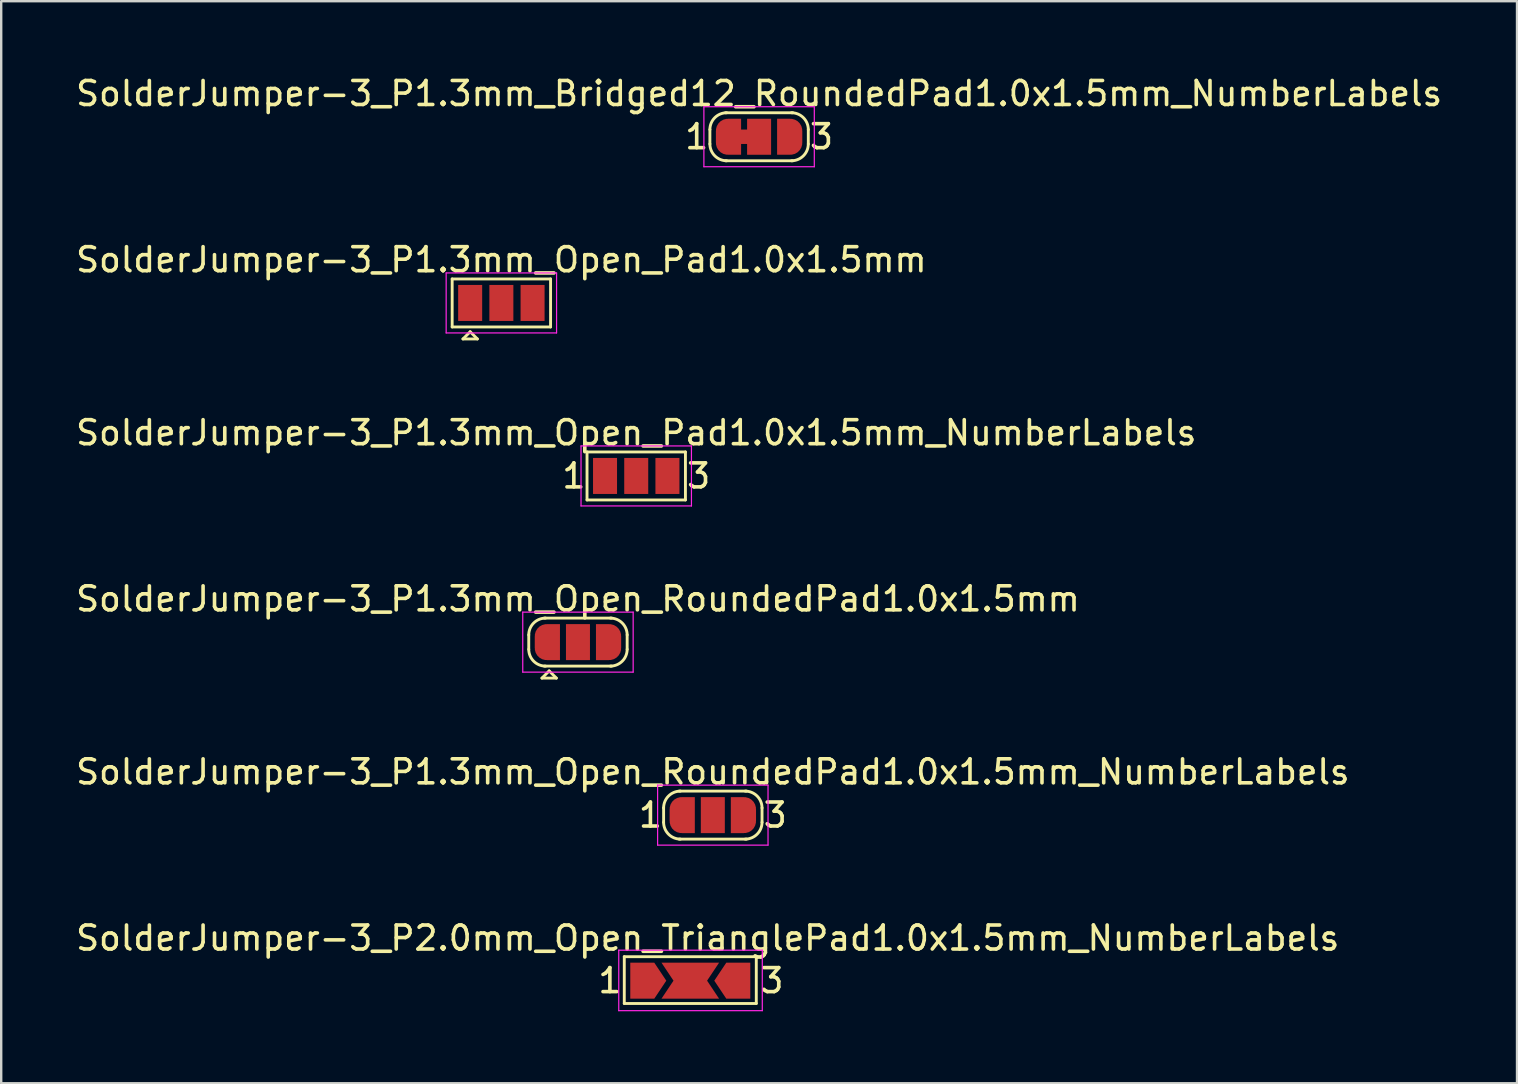
<source format=kicad_pcb>
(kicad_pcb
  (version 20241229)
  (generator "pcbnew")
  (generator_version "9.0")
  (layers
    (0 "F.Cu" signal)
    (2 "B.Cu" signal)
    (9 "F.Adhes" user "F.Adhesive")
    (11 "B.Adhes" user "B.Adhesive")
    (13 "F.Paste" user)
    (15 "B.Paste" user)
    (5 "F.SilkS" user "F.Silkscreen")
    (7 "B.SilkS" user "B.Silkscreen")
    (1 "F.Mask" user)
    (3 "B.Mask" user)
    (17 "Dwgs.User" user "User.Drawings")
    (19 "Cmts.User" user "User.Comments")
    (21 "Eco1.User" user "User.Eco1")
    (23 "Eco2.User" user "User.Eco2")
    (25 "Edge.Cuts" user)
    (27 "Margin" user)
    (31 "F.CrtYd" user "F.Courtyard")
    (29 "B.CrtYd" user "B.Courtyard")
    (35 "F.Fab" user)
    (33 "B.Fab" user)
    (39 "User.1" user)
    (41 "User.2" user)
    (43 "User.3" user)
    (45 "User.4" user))
  (footprint "SolderJumper-3_P2.0mm_Open_TrianglePad1.0x1.5mm_NumberLabels"
    (layer "F.Cu")
    (at 25.71 37.809)
    (property "Reference" "SolderJumper-3_P2.0mm_Open_TrianglePad1.0x1.5mm_NumberLabels" (at 0.725 -1.775 0) (layer "F.SilkS") (effects (font (size 1 1) (thickness 0.15))))
    (attr exclude_from_pos_files exclude_from_bom)
    (fp_line (start -2.75 -1) (end 2.75 -1) (stroke (width 0.12) (type solid)) (layer "F.SilkS"))
    (fp_line (start -2.75 0.95) (end -2.75 -1) (stroke (width 0.12) (type solid)) (layer "F.SilkS"))
    (fp_line (start 2.75 -1) (end 2.75 0.95) (stroke (width 0.12) (type solid)) (layer "F.SilkS"))
    (fp_line (start 2.75 0.95) (end -2.75 0.95) (stroke (width 0.12) (type solid)) (layer "F.SilkS"))
    (fp_line (start -2.98 -1.27) (end -2.98 1.25) (stroke (width 0.05) (type solid)) (layer "F.CrtYd"))
    (fp_line (start -2.98 -1.27) (end 3 -1.27) (stroke (width 0.05) (type solid)) (layer "F.CrtYd"))
    (fp_line (start 3 1.25) (end -2.98 1.25) (stroke (width 0.05) (type solid)) (layer "F.CrtYd"))
    (fp_line (start 3 1.25) (end 3 -1.27) (stroke (width 0.05) (type solid)) (layer "F.CrtYd"))
    (fp_text user "1" (at -3.35 0 0) (layer "F.SilkS") (effects (font (size 1 1) (thickness 0.15))))
    (fp_text user "3" (at 3.4 0 0) (layer "F.SilkS") (effects (font (size 1 1) (thickness 0.15))))
    (pad "" smd rect (at -1.2 0) (size 1.5 1.5) (layers "F.Mask"))
    (pad "" smd rect (at 1.2 0) (size 1.5 1.5) (layers "F.Mask"))
    (pad "1" smd custom (at -2 0) (size 0.3 0.3) (layers "F.Cu" "F.Mask") (options (anchor rect)) (primitives (gr_poly (pts (xy 1 0) (xy 0.5 0.75) (xy -0.5 0.75) (xy -0.5 -0.75) (xy 0.5 -0.75)) (width 0) (fill yes))))
    (pad "2" smd custom (at 0 0) (size 0.3 0.3) (layers "F.Cu") (options (anchor rect)) (primitives (gr_poly (pts (xy 0.7 0) (xy 1.2 0.75) (xy -1.2 0.75) (xy -0.7 0) (xy -1.2 -0.75) (xy 1.2 -0.75)) (width 0) (fill yes))))
    (pad "3" smd custom (at 2 0 180) (size 0.3 0.3) (layers "F.Cu" "F.Mask") (options (anchor rect)) (primitives (gr_poly (pts (xy 1 0) (xy 0.5 0.75) (xy -0.5 0.75) (xy -0.5 -0.75) (xy 0.5 -0.75)) (width 0) (fill yes)))))
  (footprint "SolderJumper-3_P1.3mm_Bridged12_RoundedPad1.0x1.5mm_NumberLabels"
    (layer "F.Cu")
    (at 28.577 2.648)
    (property "Reference" "SolderJumper-3_P1.3mm_Bridged12_RoundedPad1.0x1.5mm_NumberLabels" (at 0 -1.8 0) (layer "F.SilkS") (effects (font (size 1 1) (thickness 0.15))))
    (attr exclude_from_pos_files exclude_from_bom)
    (fp_poly (pts (xy -0.9 -0.3) (xy -0.4 -0.3) (xy -0.4 0.3) (xy -0.9 0.3)) (stroke (width 0) (type solid)) (fill yes) (layer "F.Cu"))
    (fp_line (start -2.05 0.3) (end -2.05 -0.3) (stroke (width 0.12) (type solid)) (layer "F.SilkS"))
    (fp_line (start -1.4 -1) (end 1.4 -1) (stroke (width 0.12) (type solid)) (layer "F.SilkS"))
    (fp_line (start 1.4 1) (end -1.4 1) (stroke (width 0.12) (type solid)) (layer "F.SilkS"))
    (fp_line (start 2.05 -0.3) (end 2.05 0.3) (stroke (width 0.12) (type solid)) (layer "F.SilkS"))
    (fp_arc (start -2.05 -0.3) (mid -1.844975 -0.794975) (end -1.35 -1) (stroke (width 0.12) (type solid)) (layer "F.SilkS"))
    (fp_arc (start -1.35 1) (mid -1.844975 0.794975) (end -2.05 0.3) (stroke (width 0.12) (type solid)) (layer "F.SilkS"))
    (fp_arc (start 1.35 -1) (mid 1.844975 -0.794975) (end 2.05 -0.3) (stroke (width 0.12) (type solid)) (layer "F.SilkS"))
    (fp_arc (start 2.05 0.3) (mid 1.844975 0.794975) (end 1.35 1) (stroke (width 0.12) (type solid)) (layer "F.SilkS"))
    (fp_line (start -2.3 -1.25) (end -2.3 1.25) (stroke (width 0.05) (type solid)) (layer "F.CrtYd"))
    (fp_line (start -2.3 -1.25) (end 2.3 -1.25) (stroke (width 0.05) (type solid)) (layer "F.CrtYd"))
    (fp_line (start 2.3 1.25) (end -2.3 1.25) (stroke (width 0.05) (type solid)) (layer "F.CrtYd"))
    (fp_line (start 2.3 1.25) (end 2.3 -1.25) (stroke (width 0.05) (type solid)) (layer "F.CrtYd"))
    (fp_text user "1" (at -2.6 0 0) (layer "F.SilkS") (effects (font (size 1 1) (thickness 0.15))))
    (fp_text user "3" (at 2.6 0 0) (layer "F.SilkS") (effects (font (size 1 1) (thickness 0.15))))
    (pad "1" smd custom (at -1.3 0) (size 1 0.5) (layers "F.Cu" "F.Mask") (options (anchor rect)) (primitives (gr_poly (pts (xy 0.55 0.75) (xy 0 0.75) (xy 0 -0.75) (xy 0.55 -0.75)) (width 0) (fill yes)) (gr_circle (center 0 0.25) (end 0.5 0.25) (width 0) (fill yes)) (gr_circle (center 0 -0.25) (end 0.5 -0.25) (width 0) (fill yes))))
    (pad "2" smd rect (at 0 0) (size 1 1.5) (layers "F.Cu" "F.Mask"))
    (pad "3" smd custom (at 1.3 0) (size 1 0.5) (layers "F.Cu" "F.Mask") (options (anchor rect)) (primitives (gr_circle (center 0 0.25) (end 0.5 0.25) (width 0) (fill yes)) (gr_circle (center 0 -0.25) (end 0.5 -0.25) (width 0) (fill yes)) (gr_poly (pts (xy 0 0.75) (xy -0.55 0.75) (xy -0.55 -0.75) (xy 0 -0.75)) (width 0) (fill yes)))))
  (footprint "SolderJumper-3_P1.3mm_Open_Pad1.0x1.5mm_NumberLabels"
    (layer "F.Cu")
    (at 23.458 16.78)
    (property "Reference" "SolderJumper-3_P1.3mm_Open_Pad1.0x1.5mm_NumberLabels" (at 0 -1.8 0) (layer "F.SilkS") (effects (font (size 1 1) (thickness 0.15))))
    (attr exclude_from_pos_files exclude_from_bom)
    (fp_line (start -2.05 -1) (end 2.05 -1) (stroke (width 0.12) (type solid)) (layer "F.SilkS"))
    (fp_line (start -2.05 1) (end -2.05 -1) (stroke (width 0.12) (type solid)) (layer "F.SilkS"))
    (fp_line (start 2.05 -1) (end 2.05 1) (stroke (width 0.12) (type solid)) (layer "F.SilkS"))
    (fp_line (start 2.05 1) (end -2.05 1) (stroke (width 0.12) (type solid)) (layer "F.SilkS"))
    (fp_line (start -2.3 -1.25) (end -2.3 1.25) (stroke (width 0.05) (type solid)) (layer "F.CrtYd"))
    (fp_line (start -2.3 -1.25) (end 2.3 -1.25) (stroke (width 0.05) (type solid)) (layer "F.CrtYd"))
    (fp_line (start 2.3 1.25) (end -2.3 1.25) (stroke (width 0.05) (type solid)) (layer "F.CrtYd"))
    (fp_line (start 2.3 1.25) (end 2.3 -1.25) (stroke (width 0.05) (type solid)) (layer "F.CrtYd"))
    (fp_text user "1" (at -2.6 0 0) (layer "F.SilkS") (effects (font (size 1 1) (thickness 0.15))))
    (fp_text user "3" (at 2.6 0 0) (layer "F.SilkS") (effects (font (size 1 1) (thickness 0.15))))
    (pad "1" smd rect (at -1.3 0) (size 1 1.5) (layers "F.Cu" "F.Mask"))
    (pad "2" smd rect (at 0 0) (size 1 1.5) (layers "F.Cu" "F.Mask"))
    (pad "3" smd rect (at 1.3 0) (size 1 1.5) (layers "F.Cu" "F.Mask")))
  (footprint "SolderJumper-3_P1.3mm_Open_RoundedPad1.0x1.5mm"
    (layer "F.Cu")
    (at 21.03 23.703)
    (property "Reference" "SolderJumper-3_P1.3mm_Open_RoundedPad1.0x1.5mm" (at 0 -1.8 0) (layer "F.SilkS") (effects (font (size 1 1) (thickness 0.15))))
    (attr exclude_from_pos_files exclude_from_bom)
    (fp_line (start -2.05 0.3) (end -2.05 -0.3) (stroke (width 0.12) (type solid)) (layer "F.SilkS"))
    (fp_line (start -1.5 1.5) (end -0.9 1.5) (stroke (width 0.12) (type solid)) (layer "F.SilkS"))
    (fp_line (start -1.4 -1) (end 1.4 -1) (stroke (width 0.12) (type solid)) (layer "F.SilkS"))
    (fp_line (start -1.2 1.2) (end -1.5 1.5) (stroke (width 0.12) (type solid)) (layer "F.SilkS"))
    (fp_line (start -1.2 1.2) (end -0.9 1.5) (stroke (width 0.12) (type solid)) (layer "F.SilkS"))
    (fp_line (start 1.4 1) (end -1.4 1) (stroke (width 0.12) (type solid)) (layer "F.SilkS"))
    (fp_line (start 2.05 -0.3) (end 2.05 0.3) (stroke (width 0.12) (type solid)) (layer "F.SilkS"))
    (fp_arc (start -2.05 -0.3) (mid -1.844975 -0.794975) (end -1.35 -1) (stroke (width 0.12) (type solid)) (layer "F.SilkS"))
    (fp_arc (start -1.35 1) (mid -1.844975 0.794975) (end -2.05 0.3) (stroke (width 0.12) (type solid)) (layer "F.SilkS"))
    (fp_arc (start 1.35 -1) (mid 1.844975 -0.794975) (end 2.05 -0.3) (stroke (width 0.12) (type solid)) (layer "F.SilkS"))
    (fp_arc (start 2.05 0.3) (mid 1.844975 0.794975) (end 1.35 1) (stroke (width 0.12) (type solid)) (layer "F.SilkS"))
    (fp_line (start -2.3 -1.25) (end -2.3 1.25) (stroke (width 0.05) (type solid)) (layer "F.CrtYd"))
    (fp_line (start -2.3 -1.25) (end 2.3 -1.25) (stroke (width 0.05) (type solid)) (layer "F.CrtYd"))
    (fp_line (start 2.3 1.25) (end -2.3 1.25) (stroke (width 0.05) (type solid)) (layer "F.CrtYd"))
    (fp_line (start 2.3 1.25) (end 2.3 -1.25) (stroke (width 0.05) (type solid)) (layer "F.CrtYd"))
    (pad "1" smd custom (at -1.3 0) (size 1 0.5) (layers "F.Cu" "F.Mask") (options (anchor rect)) (primitives (gr_circle (center 0 0.25) (end 0.5 0.25) (width 0) (fill yes)) (gr_circle (center 0 -0.25) (end 0.5 -0.25) (width 0) (fill yes)) (gr_poly (pts (xy 0.55 0.75) (xy 0 0.75) (xy 0 -0.75) (xy 0.55 -0.75)) (width 0) (fill yes))))
    (pad "2" smd rect (at 0 0) (size 1 1.5) (layers "F.Cu" "F.Mask"))
    (pad "3" smd custom (at 1.3 0) (size 1 0.5) (layers "F.Cu" "F.Mask") (options (anchor rect)) (primitives (gr_circle (center 0 0.25) (end 0.5 0.25) (width 0) (fill yes)) (gr_circle (center 0 -0.25) (end 0.5 -0.25) (width 0) (fill yes)) (gr_poly (pts (xy 0 0.75) (xy -0.55 0.75) (xy -0.55 -0.75) (xy 0 -0.75)) (width 0) (fill yes)))))
  (footprint "SolderJumper-3_P1.3mm_Open_RoundedPad1.0x1.5mm_NumberLabels"
    (layer "F.Cu")
    (at 26.649 30.911)
    (property "Reference" "SolderJumper-3_P1.3mm_Open_RoundedPad1.0x1.5mm_NumberLabels" (at 0 -1.8 0) (layer "F.SilkS") (effects (font (size 1 1) (thickness 0.15))))
    (attr exclude_from_pos_files exclude_from_bom)
    (fp_line (start -2.05 0.3) (end -2.05 -0.3) (stroke (width 0.12) (type solid)) (layer "F.SilkS"))
    (fp_line (start -1.4 -1) (end 1.4 -1) (stroke (width 0.12) (type solid)) (layer "F.SilkS"))
    (fp_line (start 1.4 1) (end -1.4 1) (stroke (width 0.12) (type solid)) (layer "F.SilkS"))
    (fp_line (start 2.05 -0.3) (end 2.05 0.3) (stroke (width 0.12) (type solid)) (layer "F.SilkS"))
    (fp_arc (start -2.05 -0.3) (mid -1.844975 -0.794975) (end -1.35 -1) (stroke (width 0.12) (type solid)) (layer "F.SilkS"))
    (fp_arc (start -1.35 1) (mid -1.844975 0.794975) (end -2.05 0.3) (stroke (width 0.12) (type solid)) (layer "F.SilkS"))
    (fp_arc (start 1.35 -1) (mid 1.844975 -0.794975) (end 2.05 -0.3) (stroke (width 0.12) (type solid)) (layer "F.SilkS"))
    (fp_arc (start 2.05 0.3) (mid 1.844975 0.794975) (end 1.35 1) (stroke (width 0.12) (type solid)) (layer "F.SilkS"))
    (fp_line (start -2.3 -1.25) (end -2.3 1.25) (stroke (width 0.05) (type solid)) (layer "F.CrtYd"))
    (fp_line (start -2.3 -1.25) (end 2.3 -1.25) (stroke (width 0.05) (type solid)) (layer "F.CrtYd"))
    (fp_line (start 2.3 1.25) (end -2.3 1.25) (stroke (width 0.05) (type solid)) (layer "F.CrtYd"))
    (fp_line (start 2.3 1.25) (end 2.3 -1.25) (stroke (width 0.05) (type solid)) (layer "F.CrtYd"))
    (fp_text user "1" (at -2.6 0 0) (layer "F.SilkS") (effects (font (size 1 1) (thickness 0.15))))
    (fp_text user "3" (at 2.6 0 0) (layer "F.SilkS") (effects (font (size 1 1) (thickness 0.15))))
    (pad "1" smd custom (at -1.3 0) (size 1 0.5) (layers "F.Cu" "F.Mask") (options (anchor rect)) (primitives (gr_circle (center 0 0.25) (end 0.5 0.25) (width 0) (fill yes)) (gr_circle (center 0 -0.25) (end 0.5 -0.25) (width 0) (fill yes)) (gr_poly (pts (xy 0.55 0.75) (xy 0 0.75) (xy 0 -0.75) (xy 0.55 -0.75)) (width 0) (fill yes))))
    (pad "2" smd rect (at 0 0) (size 1 1.5) (layers "F.Cu" "F.Mask"))
    (pad "3" smd custom (at 1.3 0) (size 1 0.5) (layers "F.Cu" "F.Mask") (options (anchor rect)) (primitives (gr_circle (center 0 0.25) (end 0.5 0.25) (width 0) (fill yes)) (gr_circle (center 0 -0.25) (end 0.5 -0.25) (width 0) (fill yes)) (gr_poly (pts (xy 0 0.75) (xy -0.55 0.75) (xy -0.55 -0.75) (xy 0 -0.75)) (width 0) (fill yes)))))
  (footprint "SolderJumper-3_P1.3mm_Open_Pad1.0x1.5mm"
    (layer "F.Cu")
    (at 17.839 9.572)
    (property "Reference" "SolderJumper-3_P1.3mm_Open_Pad1.0x1.5mm" (at 0 -1.8 0) (layer "F.SilkS") (effects (font (size 1 1) (thickness 0.15))))
    (attr exclude_from_pos_files exclude_from_bom)
    (fp_line (start -2.05 -1) (end 2.05 -1) (stroke (width 0.12) (type solid)) (layer "F.SilkS"))
    (fp_line (start -2.05 1) (end -2.05 -1) (stroke (width 0.12) (type solid)) (layer "F.SilkS"))
    (fp_line (start -1.6 1.5) (end -1 1.5) (stroke (width 0.12) (type solid)) (layer "F.SilkS"))
    (fp_line (start -1.3 1.2) (end -1.6 1.5) (stroke (width 0.12) (type solid)) (layer "F.SilkS"))
    (fp_line (start -1.3 1.2) (end -1 1.5) (stroke (width 0.12) (type solid)) (layer "F.SilkS"))
    (fp_line (start 2.05 -1) (end 2.05 1) (stroke (width 0.12) (type solid)) (layer "F.SilkS"))
    (fp_line (start 2.05 1) (end -2.05 1) (stroke (width 0.12) (type solid)) (layer "F.SilkS"))
    (fp_line (start -2.3 -1.25) (end -2.3 1.25) (stroke (width 0.05) (type solid)) (layer "F.CrtYd"))
    (fp_line (start -2.3 -1.25) (end 2.3 -1.25) (stroke (width 0.05) (type solid)) (layer "F.CrtYd"))
    (fp_line (start 2.3 1.25) (end -2.3 1.25) (stroke (width 0.05) (type solid)) (layer "F.CrtYd"))
    (fp_line (start 2.3 1.25) (end 2.3 -1.25) (stroke (width 0.05) (type solid)) (layer "F.CrtYd"))
    (pad "1" smd rect (at -1.3 0) (size 1 1.5) (layers "F.Cu" "F.Mask"))
    (pad "2" smd rect (at 0 0) (size 1 1.5) (layers "F.Cu" "F.Mask"))
    (pad "3" smd rect (at 1.3 0) (size 1 1.5) (layers "F.Cu" "F.Mask")))
  (gr_rect
    (start -3 -3)
    (end 60.155 42.084)
    (stroke (width 0.1) (type default))
    (fill no)
    (layer "Edge.Cuts")))
</source>
